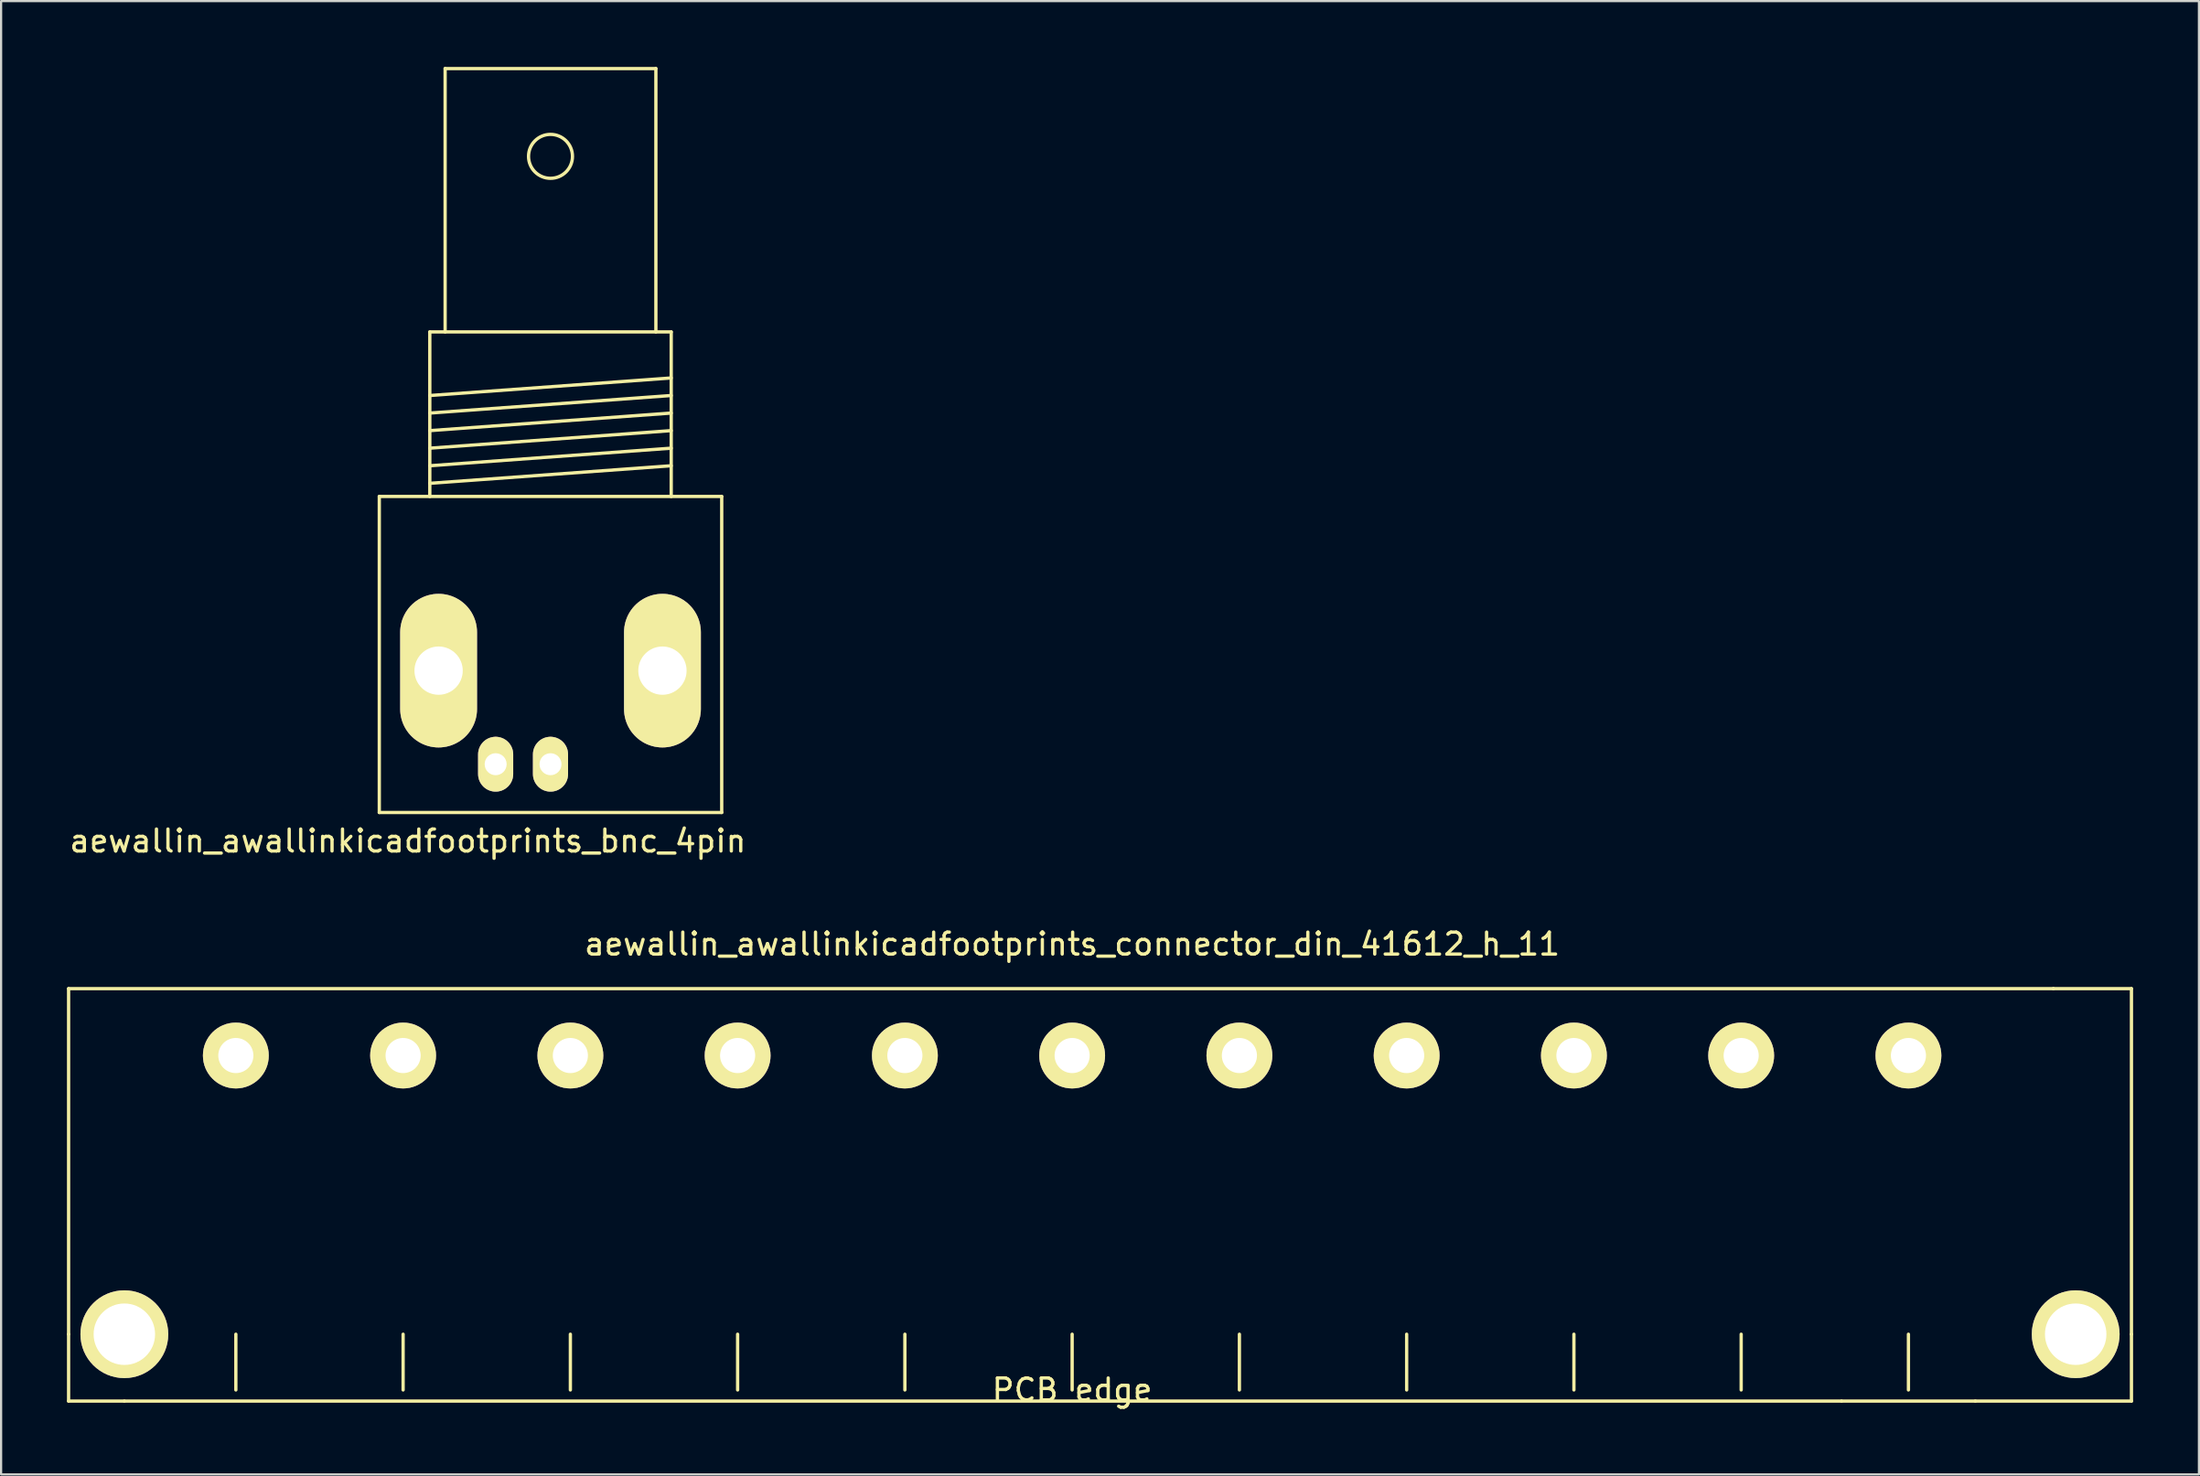
<source format=kicad_pcb>
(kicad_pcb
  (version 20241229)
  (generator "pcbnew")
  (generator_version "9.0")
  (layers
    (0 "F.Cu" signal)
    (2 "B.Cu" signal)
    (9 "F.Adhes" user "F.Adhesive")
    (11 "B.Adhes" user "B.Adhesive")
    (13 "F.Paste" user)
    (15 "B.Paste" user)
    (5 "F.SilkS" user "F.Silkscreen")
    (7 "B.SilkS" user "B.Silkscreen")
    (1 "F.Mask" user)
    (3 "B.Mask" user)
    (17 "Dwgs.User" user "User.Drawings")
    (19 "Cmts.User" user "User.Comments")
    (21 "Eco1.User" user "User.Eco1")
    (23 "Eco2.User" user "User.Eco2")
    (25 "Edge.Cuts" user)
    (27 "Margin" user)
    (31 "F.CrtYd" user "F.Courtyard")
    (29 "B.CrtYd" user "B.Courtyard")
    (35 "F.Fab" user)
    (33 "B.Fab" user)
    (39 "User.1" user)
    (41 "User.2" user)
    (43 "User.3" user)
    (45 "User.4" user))
  (footprint "aewallin_awallinkicadfootprints_bnc_4pin"
    (layer "F.Cu")
    (at 22.03 26.775)
    (property "Reference" "aewallin_awallinkicadfootprints_bnc_4pin" (at -6.5 8.5 0) (layer "F.SilkS") (effects (font (size 1 1) (thickness 0.15))))
    (attr through_hole)
    (fp_line (start -7.8 -7.201) (end -7.8 7.201) (stroke (width 0.15) (type solid)) (layer "F.SilkS"))
    (fp_line (start -7.8 7.201) (end 7.8 7.201) (stroke (width 0.15) (type solid)) (layer "F.SilkS"))
    (fp_line (start -5.499 -14.699) (end -5.499 -7.201) (stroke (width 0.15) (type solid)) (layer "F.SilkS"))
    (fp_line (start -5.499 -11.801) (end 5.499 -12.601) (stroke (width 0.15) (type solid)) (layer "F.SilkS"))
    (fp_line (start -5.499 -11.001) (end 5.499 -11.801) (stroke (width 0.15) (type solid)) (layer "F.SilkS"))
    (fp_line (start -5.499 -10.201) (end 5.499 -11.001) (stroke (width 0.15) (type solid)) (layer "F.SilkS"))
    (fp_line (start -5.499 -9.401) (end 5.499 -10.201) (stroke (width 0.15) (type solid)) (layer "F.SilkS"))
    (fp_line (start -5.499 -8.6) (end 5.499 -9.401) (stroke (width 0.15) (type solid)) (layer "F.SilkS"))
    (fp_line (start -5.499 -7.8) (end 5.499 -8.6) (stroke (width 0.15) (type solid)) (layer "F.SilkS"))
    (fp_line (start -4.801 -26.7) (end -4.801 -14.699) (stroke (width 0.15) (type solid)) (layer "F.SilkS"))
    (fp_line (start 4.801 -26.7) (end -4.801 -26.7) (stroke (width 0.15) (type solid)) (layer "F.SilkS"))
    (fp_line (start 4.801 -14.699) (end 4.801 -26.7) (stroke (width 0.15) (type solid)) (layer "F.SilkS"))
    (fp_line (start 5.499 -14.699) (end -5.499 -14.699) (stroke (width 0.15) (type solid)) (layer "F.SilkS"))
    (fp_line (start 5.499 -7.201) (end 5.499 -14.699) (stroke (width 0.15) (type solid)) (layer "F.SilkS"))
    (fp_line (start 7.8 -7.201) (end -7.8 -7.201) (stroke (width 0.15) (type solid)) (layer "F.SilkS"))
    (fp_line (start 7.8 7.201) (end 7.8 -7.201) (stroke (width 0.15) (type solid)) (layer "F.SilkS"))
    (fp_circle (center 0 -22.7) (end 1.001 -22.7) (stroke (width 0.15) (type solid)) (fill no) (layer "F.SilkS"))
    (pad "1" thru_hole oval (at 0 5.001) (size 1.6 2.499) (drill 1.001) (layers "*.Cu" "*.Mask" "F.SilkS"))
    (pad "2" thru_hole oval (at -2.499 5.001) (size 1.6 2.499) (drill 1.001) (layers "*.Cu" "*.Mask" "F.SilkS"))
    (pad "3" thru_hole oval (at -5.098 0.737) (size 3.5 7) (drill 2.2) (layers "*.Cu" "*.Mask" "F.SilkS"))
    (pad "4" thru_hole oval (at 5.1 0.737) (size 3.5 7) (drill 2.2) (layers "*.Cu" "*.Mask" "F.SilkS")))
  (footprint "aewallin_awallinkicadfootprints_connector_din_41612_h_11"
    (layer "F.Cu")
    (at 47.065 45.052)
    (property "Reference" "aewallin_awallinkicadfootprints_connector_din_41612_h_11" (at -1.27 -5.08 0) (layer "F.SilkS") (effects (font (size 1 1) (thickness 0.15))))
    (attr through_hole)
    (fp_line (start -46.99 -3.048) (end 43.434 -3.048) (stroke (width 0.15) (type solid)) (layer "F.SilkS"))
    (fp_line (start -46.99 12.7) (end -46.99 -3.048) (stroke (width 0.15) (type solid)) (layer "F.SilkS"))
    (fp_line (start -46.99 12.7) (end -46.99 15.748) (stroke (width 0.15) (type solid)) (layer "F.SilkS"))
    (fp_line (start -44.45 15.748) (end -46.99 15.748) (stroke (width 0.15) (type solid)) (layer "F.SilkS"))
    (fp_line (start -39.37 12.7) (end -39.37 15.24) (stroke (width 0.15) (type solid)) (layer "F.SilkS"))
    (fp_line (start -31.75 12.7) (end -31.75 15.24) (stroke (width 0.15) (type solid)) (layer "F.SilkS"))
    (fp_line (start -24.13 12.7) (end -24.13 15.24) (stroke (width 0.15) (type solid)) (layer "F.SilkS"))
    (fp_line (start -16.51 12.7) (end -16.51 15.24) (stroke (width 0.15) (type solid)) (layer "F.SilkS"))
    (fp_line (start -8.89 12.7) (end -8.89 15.24) (stroke (width 0.15) (type solid)) (layer "F.SilkS"))
    (fp_line (start -1.27 12.7) (end -1.27 15.24) (stroke (width 0.15) (type solid)) (layer "F.SilkS"))
    (fp_line (start 6.35 12.7) (end 6.35 15.24) (stroke (width 0.15) (type solid)) (layer "F.SilkS"))
    (fp_line (start 13.97 12.7) (end 13.97 15.24) (stroke (width 0.15) (type solid)) (layer "F.SilkS"))
    (fp_line (start 21.59 12.7) (end 21.59 15.24) (stroke (width 0.15) (type solid)) (layer "F.SilkS"))
    (fp_line (start 29.21 12.7) (end 29.21 15.24) (stroke (width 0.15) (type solid)) (layer "F.SilkS"))
    (fp_line (start 33.782 15.748) (end -44.45 15.748) (stroke (width 0.15) (type solid)) (layer "F.SilkS"))
    (fp_line (start 36.83 12.7) (end 36.83 15.24) (stroke (width 0.15) (type solid)) (layer "F.SilkS"))
    (fp_line (start 39.878 15.748) (end 33.782 15.748) (stroke (width 0.15) (type solid)) (layer "F.SilkS"))
    (fp_line (start 46.99 -3.048) (end 43.434 -3.048) (stroke (width 0.15) (type solid)) (layer "F.SilkS"))
    (fp_line (start 46.99 12.7) (end 46.99 -3.048) (stroke (width 0.15) (type solid)) (layer "F.SilkS"))
    (fp_line (start 46.99 12.7) (end 46.99 15.748) (stroke (width 0.15) (type solid)) (layer "F.SilkS"))
    (fp_line (start 46.99 15.748) (end 39.878 15.748) (stroke (width 0.15) (type solid)) (layer "F.SilkS"))
    (fp_text user "PCB edge" (at -1.27 15.24 0) (layer "F.SilkS") (effects (font (size 1 1) (thickness 0.15))))
    (pad "" thru_hole circle (at -44.45 12.7) (size 4 4) (drill 2.8) (layers "*.Cu" "*.Mask" "F.SilkS"))
    (pad "" thru_hole circle (at 44.45 12.7) (size 4 4) (drill 2.8) (layers "*.Cu" "*.Mask" "F.SilkS"))
    (pad "1" thru_hole circle (at -39.37 0) (size 3 3) (drill 1.6) (layers "*.Cu" "*.Mask" "F.SilkS"))
    (pad "2" thru_hole circle (at -31.75 0) (size 3 3) (drill 1.6) (layers "*.Cu" "*.Mask" "F.SilkS"))
    (pad "3" thru_hole circle (at -24.13 0) (size 3 3) (drill 1.6) (layers "*.Cu" "*.Mask" "F.SilkS"))
    (pad "4" thru_hole circle (at -16.51 0) (size 3 3) (drill 1.6) (layers "*.Cu" "*.Mask" "F.SilkS"))
    (pad "5" thru_hole circle (at -8.89 0) (size 3 3) (drill 1.6) (layers "*.Cu" "*.Mask" "F.SilkS"))
    (pad "6" thru_hole circle (at -1.27 0) (size 3 3) (drill 1.6) (layers "*.Cu" "*.Mask" "F.SilkS"))
    (pad "7" thru_hole circle (at 6.35 0) (size 3 3) (drill 1.6) (layers "*.Cu" "*.Mask" "F.SilkS"))
    (pad "8" thru_hole circle (at 13.97 0) (size 3 3) (drill 1.6) (layers "*.Cu" "*.Mask" "F.SilkS"))
    (pad "9" thru_hole circle (at 21.59 0) (size 3 3) (drill 1.6) (layers "*.Cu" "*.Mask" "F.SilkS"))
    (pad "10" thru_hole circle (at 29.21 0) (size 3 3) (drill 1.6) (layers "*.Cu" "*.Mask" "F.SilkS"))
    (pad "11" thru_hole circle (at 36.83 0) (size 3 3) (drill 1.6) (layers "*.Cu" "*.Mask" "F.SilkS")))
  (gr_rect
    (start -3 -3)
    (end 97.13 64.14)
    (stroke (width 0.1) (type default))
    (fill no)
    (layer "Edge.Cuts")))
</source>
